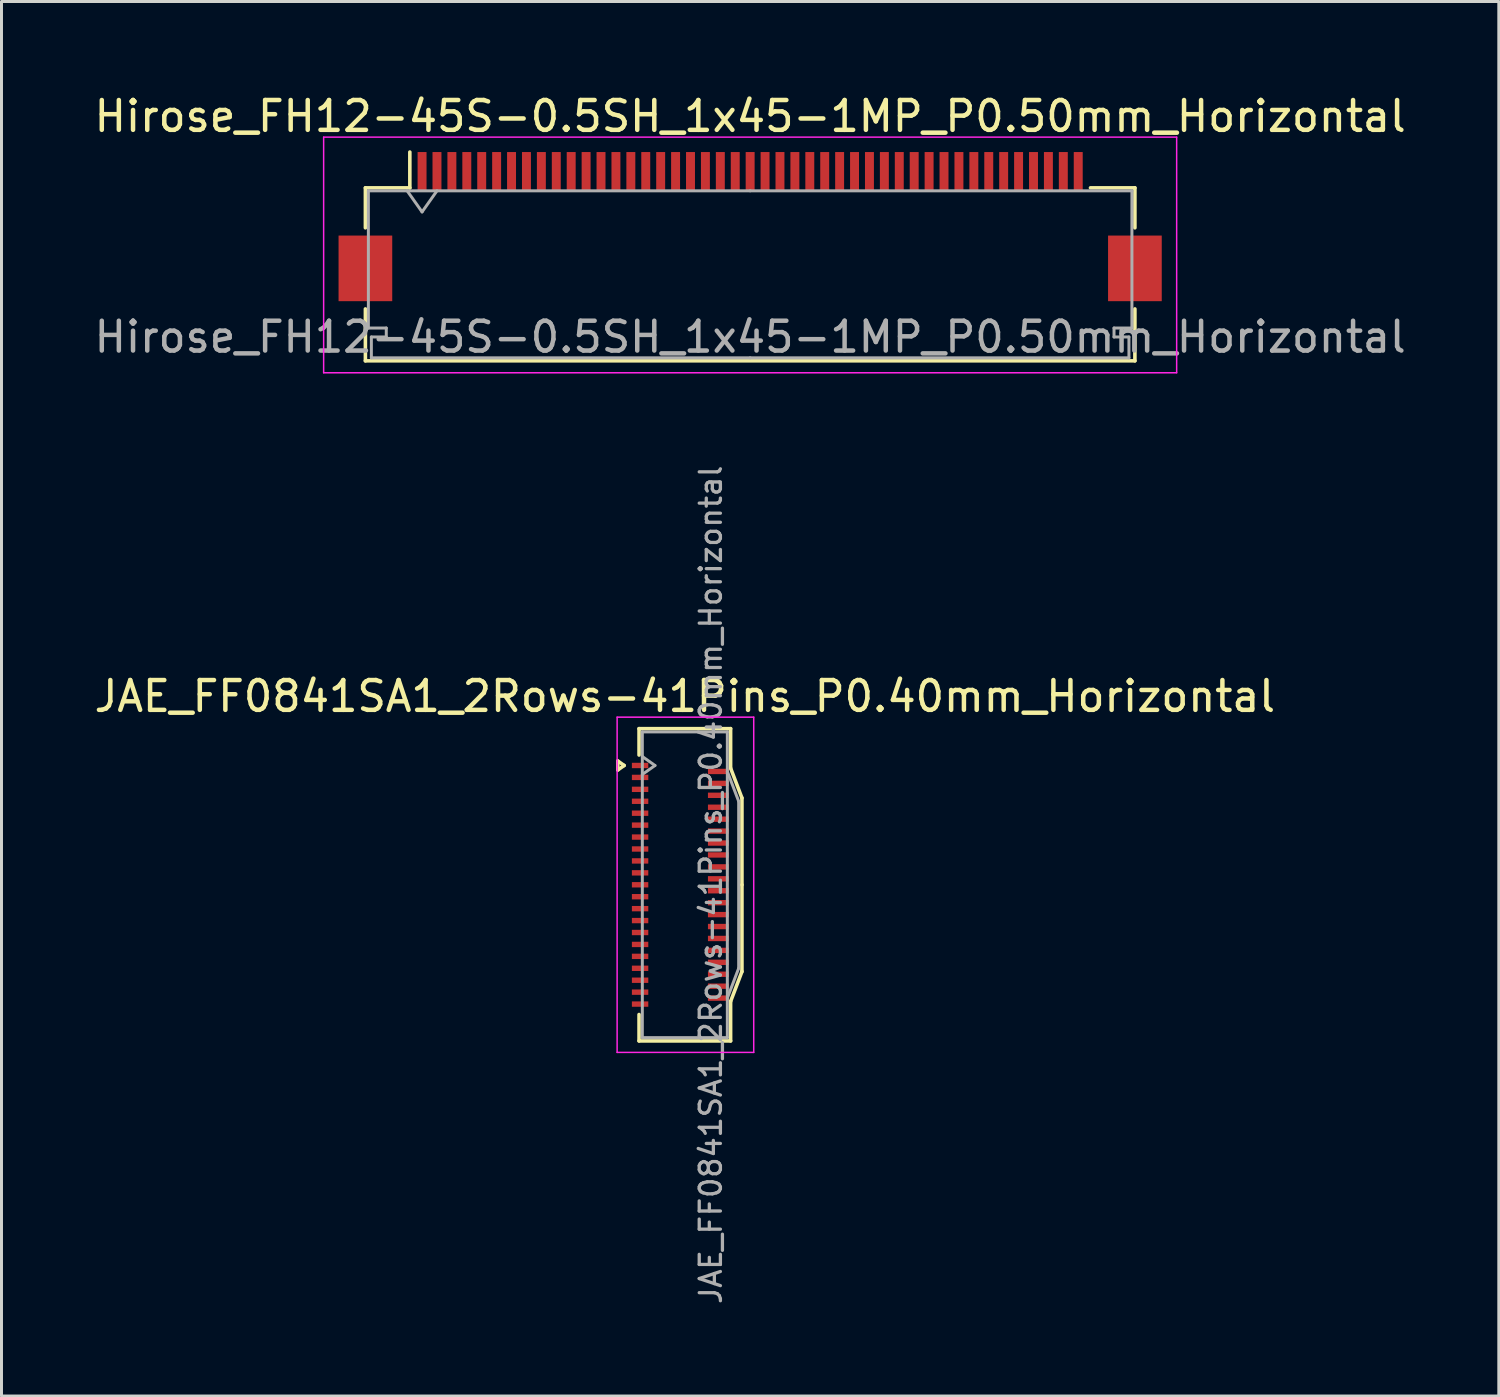
<source format=kicad_pcb>
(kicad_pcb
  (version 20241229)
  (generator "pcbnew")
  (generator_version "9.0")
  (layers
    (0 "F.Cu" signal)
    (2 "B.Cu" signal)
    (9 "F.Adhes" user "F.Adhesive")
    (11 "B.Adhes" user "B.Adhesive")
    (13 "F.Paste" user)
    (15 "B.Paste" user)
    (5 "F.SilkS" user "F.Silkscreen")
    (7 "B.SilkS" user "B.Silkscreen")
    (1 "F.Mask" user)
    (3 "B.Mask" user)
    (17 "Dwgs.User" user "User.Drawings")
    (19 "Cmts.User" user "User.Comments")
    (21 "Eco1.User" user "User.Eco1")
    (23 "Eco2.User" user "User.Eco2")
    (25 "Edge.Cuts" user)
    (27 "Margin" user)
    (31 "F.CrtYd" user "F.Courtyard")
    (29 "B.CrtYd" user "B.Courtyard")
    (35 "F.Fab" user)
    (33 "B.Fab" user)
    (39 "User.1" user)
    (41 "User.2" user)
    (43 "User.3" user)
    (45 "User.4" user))
  (footprint "JAE_FF0841SA1_2Rows-41Pins_P0.40mm_Horizontal"
    (layer "F.Cu")
    (at 19.761 26.615)
    (property "Reference" "JAE_FF0841SA1_2Rows-41Pins_P0.40mm_Horizontal" (at 0.15 -6.32 0) (layer "F.SilkS") (effects (font (size 1 1) (thickness 0.15))))
    (attr smd)
    (fp_line (start -2.097 -4.15) (end -1.885 -4) (stroke (width 0.12) (type solid)) (layer "F.SilkS"))
    (fp_line (start -2.097 -3.85) (end -2.097 -4.15) (stroke (width 0.12) (type solid)) (layer "F.SilkS"))
    (fp_line (start -1.885 -4) (end -2.097 -3.85) (stroke (width 0.12) (type solid)) (layer "F.SilkS"))
    (fp_line (start -1.385 -5.235) (end 1.685 -5.235) (stroke (width 0.12) (type solid)) (layer "F.SilkS"))
    (fp_line (start -1.385 -4.35) (end -1.385 -5.235) (stroke (width 0.12) (type solid)) (layer "F.SilkS"))
    (fp_line (start -1.385 4.35) (end -1.385 5.235) (stroke (width 0.12) (type solid)) (layer "F.SilkS"))
    (fp_line (start -1.385 5.235) (end 1.685 5.235) (stroke (width 0.12) (type solid)) (layer "F.SilkS"))
    (fp_line (start 1.685 -5.235) (end 1.685 -3.91) (stroke (width 0.12) (type solid)) (layer "F.SilkS"))
    (fp_line (start 1.685 -3.91) (end 2.065 -2.91) (stroke (width 0.12) (type solid)) (layer "F.SilkS"))
    (fp_line (start 1.685 3.91) (end 2.065 2.91) (stroke (width 0.12) (type solid)) (layer "F.SilkS"))
    (fp_line (start 1.685 5.235) (end 1.685 3.91) (stroke (width 0.12) (type solid)) (layer "F.SilkS"))
    (fp_line (start 2.065 -2.91) (end 2.065 0) (stroke (width 0.12) (type solid)) (layer "F.SilkS"))
    (fp_line (start 2.065 2.91) (end 2.065 0) (stroke (width 0.12) (type solid)) (layer "F.SilkS"))
    (fp_line (start -2.12 -5.62) (end -2.12 5.62) (stroke (width 0.05) (type solid)) (layer "F.CrtYd"))
    (fp_line (start -2.12 5.62) (end 2.46 5.62) (stroke (width 0.05) (type solid)) (layer "F.CrtYd"))
    (fp_line (start 2.46 -5.62) (end -2.12 -5.62) (stroke (width 0.05) (type solid)) (layer "F.CrtYd"))
    (fp_line (start 2.46 5.62) (end 2.46 -5.62) (stroke (width 0.05) (type solid)) (layer "F.CrtYd"))
    (fp_line (start -1.275 -5.125) (end -1.275 5.125) (stroke (width 0.1) (type solid)) (layer "F.Fab"))
    (fp_line (start -1.275 -4.3) (end -0.851 -4) (stroke (width 0.1) (type solid)) (layer "F.Fab"))
    (fp_line (start -1.275 5.125) (end 1.575 5.125) (stroke (width 0.1) (type solid)) (layer "F.Fab"))
    (fp_line (start -0.851 -4) (end -1.275 -3.7) (stroke (width 0.1) (type solid)) (layer "F.Fab"))
    (fp_line (start 1.575 -5.125) (end -1.275 -5.125) (stroke (width 0.1) (type solid)) (layer "F.Fab"))
    (fp_line (start 1.575 -3.8) (end 1.955 -2.8) (stroke (width 0.1) (type solid)) (layer "F.Fab"))
    (fp_line (start 1.575 5.125) (end 1.575 -5.125) (stroke (width 0.1) (type solid)) (layer "F.Fab"))
    (fp_line (start 1.955 -2.8) (end 1.955 2.8) (stroke (width 0.1) (type solid)) (layer "F.Fab"))
    (fp_line (start 1.955 2.8) (end 1.575 3.8) (stroke (width 0.1) (type solid)) (layer "F.Fab"))
    (fp_text user "${REFERENCE}" (at 1.02 0 90) (layer "F.Fab") (effects (font (size 0.71 0.71) (thickness 0.11))))
    (pad "1" smd rect (at -1.35 -4) (size 0.55 0.18) (layers "F.Cu" "F.Mask" "F.Paste"))
    (pad "2" smd rect (at 1.275 -3.8) (size 0.7 0.18) (layers "F.Cu" "F.Mask" "F.Paste"))
    (pad "3" smd rect (at -1.35 -3.6) (size 0.55 0.18) (layers "F.Cu" "F.Mask" "F.Paste"))
    (pad "4" smd rect (at 1.275 -3.4) (size 0.7 0.18) (layers "F.Cu" "F.Mask" "F.Paste"))
    (pad "5" smd rect (at -1.35 -3.2) (size 0.55 0.18) (layers "F.Cu" "F.Mask" "F.Paste"))
    (pad "6" smd rect (at 1.275 -3) (size 0.7 0.18) (layers "F.Cu" "F.Mask" "F.Paste"))
    (pad "7" smd rect (at -1.35 -2.8) (size 0.55 0.18) (layers "F.Cu" "F.Mask" "F.Paste"))
    (pad "8" smd rect (at 1.275 -2.6) (size 0.7 0.18) (layers "F.Cu" "F.Mask" "F.Paste"))
    (pad "9" smd rect (at -1.35 -2.4) (size 0.55 0.18) (layers "F.Cu" "F.Mask" "F.Paste"))
    (pad "10" smd rect (at 1.275 -2.2) (size 0.7 0.18) (layers "F.Cu" "F.Mask" "F.Paste"))
    (pad "11" smd rect (at -1.35 -2) (size 0.55 0.18) (layers "F.Cu" "F.Mask" "F.Paste"))
    (pad "12" smd rect (at 1.275 -1.8) (size 0.7 0.18) (layers "F.Cu" "F.Mask" "F.Paste"))
    (pad "13" smd rect (at -1.35 -1.6) (size 0.55 0.18) (layers "F.Cu" "F.Mask" "F.Paste"))
    (pad "14" smd rect (at 1.275 -1.4) (size 0.7 0.18) (layers "F.Cu" "F.Mask" "F.Paste"))
    (pad "15" smd rect (at -1.35 -1.2) (size 0.55 0.18) (layers "F.Cu" "F.Mask" "F.Paste"))
    (pad "16" smd rect (at 1.275 -1) (size 0.7 0.18) (layers "F.Cu" "F.Mask" "F.Paste"))
    (pad "17" smd rect (at -1.35 -0.8) (size 0.55 0.18) (layers "F.Cu" "F.Mask" "F.Paste"))
    (pad "18" smd rect (at 1.275 -0.6) (size 0.7 0.18) (layers "F.Cu" "F.Mask" "F.Paste"))
    (pad "19" smd rect (at -1.35 -0.4) (size 0.55 0.18) (layers "F.Cu" "F.Mask" "F.Paste"))
    (pad "20" smd rect (at 1.275 -0.2) (size 0.7 0.18) (layers "F.Cu" "F.Mask" "F.Paste"))
    (pad "21" smd rect (at -1.35 0) (size 0.55 0.18) (layers "F.Cu" "F.Mask" "F.Paste"))
    (pad "22" smd rect (at 1.275 0.2) (size 0.7 0.18) (layers "F.Cu" "F.Mask" "F.Paste"))
    (pad "23" smd rect (at -1.35 0.4) (size 0.55 0.18) (layers "F.Cu" "F.Mask" "F.Paste"))
    (pad "24" smd rect (at 1.275 0.6) (size 0.7 0.18) (layers "F.Cu" "F.Mask" "F.Paste"))
    (pad "25" smd rect (at -1.35 0.8) (size 0.55 0.18) (layers "F.Cu" "F.Mask" "F.Paste"))
    (pad "26" smd rect (at 1.275 1) (size 0.7 0.18) (layers "F.Cu" "F.Mask" "F.Paste"))
    (pad "27" smd rect (at -1.35 1.2) (size 0.55 0.18) (layers "F.Cu" "F.Mask" "F.Paste"))
    (pad "28" smd rect (at 1.275 1.4) (size 0.7 0.18) (layers "F.Cu" "F.Mask" "F.Paste"))
    (pad "29" smd rect (at -1.35 1.6) (size 0.55 0.18) (layers "F.Cu" "F.Mask" "F.Paste"))
    (pad "30" smd rect (at 1.275 1.8) (size 0.7 0.18) (layers "F.Cu" "F.Mask" "F.Paste"))
    (pad "31" smd rect (at -1.35 2) (size 0.55 0.18) (layers "F.Cu" "F.Mask" "F.Paste"))
    (pad "32" smd rect (at 1.275 2.2) (size 0.7 0.18) (layers "F.Cu" "F.Mask" "F.Paste"))
    (pad "33" smd rect (at -1.35 2.4) (size 0.55 0.18) (layers "F.Cu" "F.Mask" "F.Paste"))
    (pad "34" smd rect (at 1.275 2.6) (size 0.7 0.18) (layers "F.Cu" "F.Mask" "F.Paste"))
    (pad "35" smd rect (at -1.35 2.8) (size 0.55 0.18) (layers "F.Cu" "F.Mask" "F.Paste"))
    (pad "36" smd rect (at 1.275 3) (size 0.7 0.18) (layers "F.Cu" "F.Mask" "F.Paste"))
    (pad "37" smd rect (at -1.35 3.2) (size 0.55 0.18) (layers "F.Cu" "F.Mask" "F.Paste"))
    (pad "38" smd rect (at 1.275 3.4) (size 0.7 0.18) (layers "F.Cu" "F.Mask" "F.Paste"))
    (pad "39" smd rect (at -1.35 3.6) (size 0.55 0.18) (layers "F.Cu" "F.Mask" "F.Paste"))
    (pad "40" smd rect (at 1.275 3.8) (size 0.7 0.18) (layers "F.Cu" "F.Mask" "F.Paste"))
    (pad "41" smd rect (at -1.35 4) (size 0.55 0.18) (layers "F.Cu" "F.Mask" "F.Paste")))
  (footprint "Hirose_FH12-45S-0.5SH_1x45-1MP_P0.50mm_Horizontal"
    (layer "F.Cu")
    (at 22.101 4.548)
    (property "Reference" "Hirose_FH12-45S-0.5SH_1x45-1MP_P0.50mm_Horizontal" (at 0 -3.7 0) (layer "F.SilkS") (effects (font (size 1 1) (thickness 0.15))))
    (attr smd)
    (fp_line (start -12.9 -1.3) (end -12.9 0.04) (stroke (width 0.12) (type solid)) (layer "F.SilkS"))
    (fp_line (start -12.9 2.76) (end -12.9 4.5) (stroke (width 0.12) (type solid)) (layer "F.SilkS"))
    (fp_line (start -12.9 4.5) (end 12.9 4.5) (stroke (width 0.12) (type solid)) (layer "F.SilkS"))
    (fp_line (start -11.41 -1.3) (end -12.9 -1.3) (stroke (width 0.12) (type solid)) (layer "F.SilkS"))
    (fp_line (start -11.41 -1.3) (end -11.41 -2.5) (stroke (width 0.12) (type solid)) (layer "F.SilkS"))
    (fp_line (start 11.41 -1.3) (end 12.9 -1.3) (stroke (width 0.12) (type solid)) (layer "F.SilkS"))
    (fp_line (start 12.9 -1.3) (end 12.9 0.04) (stroke (width 0.12) (type solid)) (layer "F.SilkS"))
    (fp_line (start 12.9 4.5) (end 12.9 2.76) (stroke (width 0.12) (type solid)) (layer "F.SilkS"))
    (fp_line (start -14.3 -3) (end -14.3 4.9) (stroke (width 0.05) (type solid)) (layer "F.CrtYd"))
    (fp_line (start -14.3 4.9) (end 14.3 4.9) (stroke (width 0.05) (type solid)) (layer "F.CrtYd"))
    (fp_line (start 14.3 -3) (end -14.3 -3) (stroke (width 0.05) (type solid)) (layer "F.CrtYd"))
    (fp_line (start 14.3 4.9) (end 14.3 -3) (stroke (width 0.05) (type solid)) (layer "F.CrtYd"))
    (fp_line (start -12.8 -1.2) (end -12.8 3.4) (stroke (width 0.1) (type solid)) (layer "F.Fab"))
    (fp_line (start -12.8 3.4) (end -12.2 3.4) (stroke (width 0.1) (type solid)) (layer "F.Fab"))
    (fp_line (start -12.7 3.7) (end -12.7 4.4) (stroke (width 0.1) (type solid)) (layer "F.Fab"))
    (fp_line (start -12.7 4.4) (end 0 4.4) (stroke (width 0.1) (type solid)) (layer "F.Fab"))
    (fp_line (start -12.2 3.4) (end -12.2 3.7) (stroke (width 0.1) (type solid)) (layer "F.Fab"))
    (fp_line (start -12.2 3.7) (end -12.7 3.7) (stroke (width 0.1) (type solid)) (layer "F.Fab"))
    (fp_line (start -11.5 -1.2) (end -11 -0.493) (stroke (width 0.1) (type solid)) (layer "F.Fab"))
    (fp_line (start -11 -0.493) (end -10.5 -1.2) (stroke (width 0.1) (type solid)) (layer "F.Fab"))
    (fp_line (start 0 -1.2) (end -12.8 -1.2) (stroke (width 0.1) (type solid)) (layer "F.Fab"))
    (fp_line (start 0 -1.2) (end 12.8 -1.2) (stroke (width 0.1) (type solid)) (layer "F.Fab"))
    (fp_line (start 12.2 3.4) (end 12.2 3.7) (stroke (width 0.1) (type solid)) (layer "F.Fab"))
    (fp_line (start 12.2 3.7) (end 12.7 3.7) (stroke (width 0.1) (type solid)) (layer "F.Fab"))
    (fp_line (start 12.7 3.7) (end 12.7 4.4) (stroke (width 0.1) (type solid)) (layer "F.Fab"))
    (fp_line (start 12.7 4.4) (end 0 4.4) (stroke (width 0.1) (type solid)) (layer "F.Fab"))
    (fp_line (start 12.8 -1.2) (end 12.8 3.4) (stroke (width 0.1) (type solid)) (layer "F.Fab"))
    (fp_line (start 12.8 3.4) (end 12.2 3.4) (stroke (width 0.1) (type solid)) (layer "F.Fab"))
    (fp_text user "${REFERENCE}" (at 0 3.7 0) (layer "F.Fab") (effects (font (size 1 1) (thickness 0.15))))
    (pad "1" smd rect (at -11 -1.85) (size 0.3 1.3) (layers "F.Cu" "F.Mask" "F.Paste"))
    (pad "2" smd rect (at -10.5 -1.85) (size 0.3 1.3) (layers "F.Cu" "F.Mask" "F.Paste"))
    (pad "3" smd rect (at -10 -1.85) (size 0.3 1.3) (layers "F.Cu" "F.Mask" "F.Paste"))
    (pad "4" smd rect (at -9.5 -1.85) (size 0.3 1.3) (layers "F.Cu" "F.Mask" "F.Paste"))
    (pad "5" smd rect (at -9 -1.85) (size 0.3 1.3) (layers "F.Cu" "F.Mask" "F.Paste"))
    (pad "6" smd rect (at -8.5 -1.85) (size 0.3 1.3) (layers "F.Cu" "F.Mask" "F.Paste"))
    (pad "7" smd rect (at -8 -1.85) (size 0.3 1.3) (layers "F.Cu" "F.Mask" "F.Paste"))
    (pad "8" smd rect (at -7.5 -1.85) (size 0.3 1.3) (layers "F.Cu" "F.Mask" "F.Paste"))
    (pad "9" smd rect (at -7 -1.85) (size 0.3 1.3) (layers "F.Cu" "F.Mask" "F.Paste"))
    (pad "10" smd rect (at -6.5 -1.85) (size 0.3 1.3) (layers "F.Cu" "F.Mask" "F.Paste"))
    (pad "11" smd rect (at -6 -1.85) (size 0.3 1.3) (layers "F.Cu" "F.Mask" "F.Paste"))
    (pad "12" smd rect (at -5.5 -1.85) (size 0.3 1.3) (layers "F.Cu" "F.Mask" "F.Paste"))
    (pad "13" smd rect (at -5 -1.85) (size 0.3 1.3) (layers "F.Cu" "F.Mask" "F.Paste"))
    (pad "14" smd rect (at -4.5 -1.85) (size 0.3 1.3) (layers "F.Cu" "F.Mask" "F.Paste"))
    (pad "15" smd rect (at -4 -1.85) (size 0.3 1.3) (layers "F.Cu" "F.Mask" "F.Paste"))
    (pad "16" smd rect (at -3.5 -1.85) (size 0.3 1.3) (layers "F.Cu" "F.Mask" "F.Paste"))
    (pad "17" smd rect (at -3 -1.85) (size 0.3 1.3) (layers "F.Cu" "F.Mask" "F.Paste"))
    (pad "18" smd rect (at -2.5 -1.85) (size 0.3 1.3) (layers "F.Cu" "F.Mask" "F.Paste"))
    (pad "19" smd rect (at -2 -1.85) (size 0.3 1.3) (layers "F.Cu" "F.Mask" "F.Paste"))
    (pad "20" smd rect (at -1.5 -1.85) (size 0.3 1.3) (layers "F.Cu" "F.Mask" "F.Paste"))
    (pad "21" smd rect (at -1 -1.85) (size 0.3 1.3) (layers "F.Cu" "F.Mask" "F.Paste"))
    (pad "22" smd rect (at -0.5 -1.85) (size 0.3 1.3) (layers "F.Cu" "F.Mask" "F.Paste"))
    (pad "23" smd rect (at 0 -1.85) (size 0.3 1.3) (layers "F.Cu" "F.Mask" "F.Paste"))
    (pad "24" smd rect (at 0.5 -1.85) (size 0.3 1.3) (layers "F.Cu" "F.Mask" "F.Paste"))
    (pad "25" smd rect (at 1 -1.85) (size 0.3 1.3) (layers "F.Cu" "F.Mask" "F.Paste"))
    (pad "26" smd rect (at 1.5 -1.85) (size 0.3 1.3) (layers "F.Cu" "F.Mask" "F.Paste"))
    (pad "27" smd rect (at 2 -1.85) (size 0.3 1.3) (layers "F.Cu" "F.Mask" "F.Paste"))
    (pad "28" smd rect (at 2.5 -1.85) (size 0.3 1.3) (layers "F.Cu" "F.Mask" "F.Paste"))
    (pad "29" smd rect (at 3 -1.85) (size 0.3 1.3) (layers "F.Cu" "F.Mask" "F.Paste"))
    (pad "30" smd rect (at 3.5 -1.85) (size 0.3 1.3) (layers "F.Cu" "F.Mask" "F.Paste"))
    (pad "31" smd rect (at 4 -1.85) (size 0.3 1.3) (layers "F.Cu" "F.Mask" "F.Paste"))
    (pad "32" smd rect (at 4.5 -1.85) (size 0.3 1.3) (layers "F.Cu" "F.Mask" "F.Paste"))
    (pad "33" smd rect (at 5 -1.85) (size 0.3 1.3) (layers "F.Cu" "F.Mask" "F.Paste"))
    (pad "34" smd rect (at 5.5 -1.85) (size 0.3 1.3) (layers "F.Cu" "F.Mask" "F.Paste"))
    (pad "35" smd rect (at 6 -1.85) (size 0.3 1.3) (layers "F.Cu" "F.Mask" "F.Paste"))
    (pad "36" smd rect (at 6.5 -1.85) (size 0.3 1.3) (layers "F.Cu" "F.Mask" "F.Paste"))
    (pad "37" smd rect (at 7 -1.85) (size 0.3 1.3) (layers "F.Cu" "F.Mask" "F.Paste"))
    (pad "38" smd rect (at 7.5 -1.85) (size 0.3 1.3) (layers "F.Cu" "F.Mask" "F.Paste"))
    (pad "39" smd rect (at 8 -1.85) (size 0.3 1.3) (layers "F.Cu" "F.Mask" "F.Paste"))
    (pad "40" smd rect (at 8.5 -1.85) (size 0.3 1.3) (layers "F.Cu" "F.Mask" "F.Paste"))
    (pad "41" smd rect (at 9 -1.85) (size 0.3 1.3) (layers "F.Cu" "F.Mask" "F.Paste"))
    (pad "42" smd rect (at 9.5 -1.85) (size 0.3 1.3) (layers "F.Cu" "F.Mask" "F.Paste"))
    (pad "43" smd rect (at 10 -1.85) (size 0.3 1.3) (layers "F.Cu" "F.Mask" "F.Paste"))
    (pad "44" smd rect (at 10.5 -1.85) (size 0.3 1.3) (layers "F.Cu" "F.Mask" "F.Paste"))
    (pad "45" smd rect (at 11 -1.85) (size 0.3 1.3) (layers "F.Cu" "F.Mask" "F.Paste"))
    (pad "MP" smd rect (at -12.9 1.4) (size 1.8 2.2) (layers "F.Cu" "F.Mask" "F.Paste"))
    (pad "MP" smd rect (at 12.9 1.4) (size 1.8 2.2) (layers "F.Cu" "F.Mask" "F.Paste")))
  (gr_rect
    (start -3 -3)
    (end 47.202 43.757)
    (stroke (width 0.1) (type default))
    (fill no)
    (layer "Edge.Cuts")))
</source>
